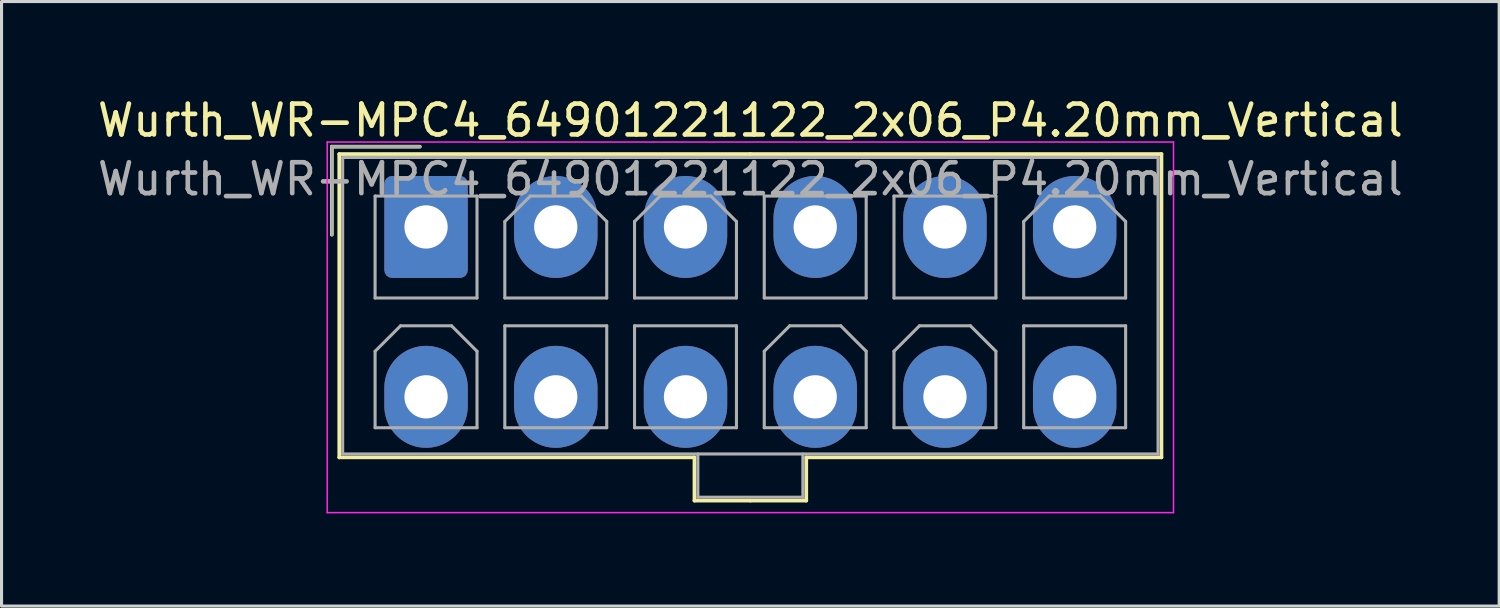
<source format=kicad_pcb>
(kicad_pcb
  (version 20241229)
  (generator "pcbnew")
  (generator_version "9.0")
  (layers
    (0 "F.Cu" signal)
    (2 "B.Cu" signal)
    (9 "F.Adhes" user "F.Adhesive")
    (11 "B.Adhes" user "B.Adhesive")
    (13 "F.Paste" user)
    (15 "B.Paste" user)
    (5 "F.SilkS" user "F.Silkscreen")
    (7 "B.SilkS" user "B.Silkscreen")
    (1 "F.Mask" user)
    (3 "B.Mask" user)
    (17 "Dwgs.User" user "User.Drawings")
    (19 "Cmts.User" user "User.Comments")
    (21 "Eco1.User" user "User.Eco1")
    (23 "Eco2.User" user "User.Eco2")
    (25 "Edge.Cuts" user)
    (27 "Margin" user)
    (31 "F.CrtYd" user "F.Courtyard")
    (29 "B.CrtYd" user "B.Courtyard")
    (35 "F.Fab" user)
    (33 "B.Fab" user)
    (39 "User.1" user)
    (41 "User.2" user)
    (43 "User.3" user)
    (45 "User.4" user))
  (footprint "Wurth_WR-MPC4_64901221122_2x06_P4.20mm_Vertical"
    (layer "F.Cu")
    (at 10.744 4.298)
    (property "Reference" "Wurth_WR-MPC4_64901221122_2x06_P4.20mm_Vertical" (at 10.5 -3.45 0) (layer "F.SilkS") (effects (font (size 1 1) (thickness 0.15))))
    (attr through_hole)
    (fp_line (start -3.05 -2.6) (end -3.05 0.25) (stroke (width 0.12) (type solid)) (layer "F.SilkS"))
    (fp_line (start -2.81 -2.36) (end -2.81 7.46) (stroke (width 0.12) (type solid)) (layer "F.SilkS"))
    (fp_line (start -2.81 7.46) (end 8.69 7.46) (stroke (width 0.12) (type solid)) (layer "F.SilkS"))
    (fp_line (start -0.2 -2.6) (end -3.05 -2.6) (stroke (width 0.12) (type solid)) (layer "F.SilkS"))
    (fp_line (start 8.69 7.46) (end 8.69 8.86) (stroke (width 0.12) (type solid)) (layer "F.SilkS"))
    (fp_line (start 8.69 8.86) (end 10.5 8.86) (stroke (width 0.12) (type solid)) (layer "F.SilkS"))
    (fp_line (start 10.5 -2.36) (end -2.81 -2.36) (stroke (width 0.12) (type solid)) (layer "F.SilkS"))
    (fp_line (start 10.5 -2.36) (end 23.81 -2.36) (stroke (width 0.12) (type solid)) (layer "F.SilkS"))
    (fp_line (start 12.31 7.46) (end 12.31 8.86) (stroke (width 0.12) (type solid)) (layer "F.SilkS"))
    (fp_line (start 12.31 8.86) (end 10.5 8.86) (stroke (width 0.12) (type solid)) (layer "F.SilkS"))
    (fp_line (start 23.81 -2.36) (end 23.81 7.46) (stroke (width 0.12) (type solid)) (layer "F.SilkS"))
    (fp_line (start 23.81 7.46) (end 12.31 7.46) (stroke (width 0.12) (type solid)) (layer "F.SilkS"))
    (fp_line (start -3.2 -2.75) (end -3.2 9.25) (stroke (width 0.05) (type solid)) (layer "F.CrtYd"))
    (fp_line (start -3.2 9.25) (end 24.2 9.25) (stroke (width 0.05) (type solid)) (layer "F.CrtYd"))
    (fp_line (start 24.2 -2.75) (end -3.2 -2.75) (stroke (width 0.05) (type solid)) (layer "F.CrtYd"))
    (fp_line (start 24.2 9.25) (end 24.2 -2.75) (stroke (width 0.05) (type solid)) (layer "F.CrtYd"))
    (fp_line (start -3.05 -2.6) (end -3.05 0.25) (stroke (width 0.1) (type solid)) (layer "F.Fab"))
    (fp_line (start -2.7 -2.25) (end -2.7 7.35) (stroke (width 0.1) (type solid)) (layer "F.Fab"))
    (fp_line (start -2.7 7.35) (end 23.7 7.35) (stroke (width 0.1) (type solid)) (layer "F.Fab"))
    (fp_line (start -1.65 -1) (end -1.65 2.3) (stroke (width 0.1) (type solid)) (layer "F.Fab"))
    (fp_line (start -1.65 2.3) (end 1.65 2.3) (stroke (width 0.1) (type solid)) (layer "F.Fab"))
    (fp_line (start -1.65 4.025) (end -0.825 3.2) (stroke (width 0.1) (type solid)) (layer "F.Fab"))
    (fp_line (start -1.65 6.5) (end -1.65 4.025) (stroke (width 0.1) (type solid)) (layer "F.Fab"))
    (fp_line (start -0.825 3.2) (end 0.825 3.2) (stroke (width 0.1) (type solid)) (layer "F.Fab"))
    (fp_line (start -0.2 -2.6) (end -3.05 -2.6) (stroke (width 0.1) (type solid)) (layer "F.Fab"))
    (fp_line (start 0.825 3.2) (end 1.65 4.025) (stroke (width 0.1) (type solid)) (layer "F.Fab"))
    (fp_line (start 1.65 -1) (end -1.65 -1) (stroke (width 0.1) (type solid)) (layer "F.Fab"))
    (fp_line (start 1.65 2.3) (end 1.65 -1) (stroke (width 0.1) (type solid)) (layer "F.Fab"))
    (fp_line (start 1.65 4.025) (end 1.65 6.5) (stroke (width 0.1) (type solid)) (layer "F.Fab"))
    (fp_line (start 1.65 6.5) (end -1.65 6.5) (stroke (width 0.1) (type solid)) (layer "F.Fab"))
    (fp_line (start 2.55 -0.175) (end 3.375 -1) (stroke (width 0.1) (type solid)) (layer "F.Fab"))
    (fp_line (start 2.55 2.3) (end 2.55 -0.175) (stroke (width 0.1) (type solid)) (layer "F.Fab"))
    (fp_line (start 2.55 3.2) (end 2.55 6.5) (stroke (width 0.1) (type solid)) (layer "F.Fab"))
    (fp_line (start 2.55 6.5) (end 5.85 6.5) (stroke (width 0.1) (type solid)) (layer "F.Fab"))
    (fp_line (start 3.375 -1) (end 5.025 -1) (stroke (width 0.1) (type solid)) (layer "F.Fab"))
    (fp_line (start 5.025 -1) (end 5.85 -0.175) (stroke (width 0.1) (type solid)) (layer "F.Fab"))
    (fp_line (start 5.85 -0.175) (end 5.85 2.3) (stroke (width 0.1) (type solid)) (layer "F.Fab"))
    (fp_line (start 5.85 2.3) (end 2.55 2.3) (stroke (width 0.1) (type solid)) (layer "F.Fab"))
    (fp_line (start 5.85 3.2) (end 2.55 3.2) (stroke (width 0.1) (type solid)) (layer "F.Fab"))
    (fp_line (start 5.85 6.5) (end 5.85 3.2) (stroke (width 0.1) (type solid)) (layer "F.Fab"))
    (fp_line (start 6.75 -0.175) (end 7.575 -1) (stroke (width 0.1) (type solid)) (layer "F.Fab"))
    (fp_line (start 6.75 2.3) (end 6.75 -0.175) (stroke (width 0.1) (type solid)) (layer "F.Fab"))
    (fp_line (start 6.75 3.2) (end 6.75 6.5) (stroke (width 0.1) (type solid)) (layer "F.Fab"))
    (fp_line (start 6.75 6.5) (end 10.05 6.5) (stroke (width 0.1) (type solid)) (layer "F.Fab"))
    (fp_line (start 7.575 -1) (end 9.225 -1) (stroke (width 0.1) (type solid)) (layer "F.Fab"))
    (fp_line (start 8.8 7.35) (end 8.8 8.75) (stroke (width 0.1) (type solid)) (layer "F.Fab"))
    (fp_line (start 8.8 8.75) (end 12.2 8.75) (stroke (width 0.1) (type solid)) (layer "F.Fab"))
    (fp_line (start 9.225 -1) (end 10.05 -0.175) (stroke (width 0.1) (type solid)) (layer "F.Fab"))
    (fp_line (start 10.05 -0.175) (end 10.05 2.3) (stroke (width 0.1) (type solid)) (layer "F.Fab"))
    (fp_line (start 10.05 2.3) (end 6.75 2.3) (stroke (width 0.1) (type solid)) (layer "F.Fab"))
    (fp_line (start 10.05 3.2) (end 6.75 3.2) (stroke (width 0.1) (type solid)) (layer "F.Fab"))
    (fp_line (start 10.05 6.5) (end 10.05 3.2) (stroke (width 0.1) (type solid)) (layer "F.Fab"))
    (fp_line (start 10.95 -1) (end 10.95 2.3) (stroke (width 0.1) (type solid)) (layer "F.Fab"))
    (fp_line (start 10.95 2.3) (end 14.25 2.3) (stroke (width 0.1) (type solid)) (layer "F.Fab"))
    (fp_line (start 10.95 4.025) (end 11.775 3.2) (stroke (width 0.1) (type solid)) (layer "F.Fab"))
    (fp_line (start 10.95 6.5) (end 10.95 4.025) (stroke (width 0.1) (type solid)) (layer "F.Fab"))
    (fp_line (start 11.775 3.2) (end 13.425 3.2) (stroke (width 0.1) (type solid)) (layer "F.Fab"))
    (fp_line (start 12.2 8.75) (end 12.2 7.35) (stroke (width 0.1) (type solid)) (layer "F.Fab"))
    (fp_line (start 13.425 3.2) (end 14.25 4.025) (stroke (width 0.1) (type solid)) (layer "F.Fab"))
    (fp_line (start 14.25 -1) (end 10.95 -1) (stroke (width 0.1) (type solid)) (layer "F.Fab"))
    (fp_line (start 14.25 2.3) (end 14.25 -1) (stroke (width 0.1) (type solid)) (layer "F.Fab"))
    (fp_line (start 14.25 4.025) (end 14.25 6.5) (stroke (width 0.1) (type solid)) (layer "F.Fab"))
    (fp_line (start 14.25 6.5) (end 10.95 6.5) (stroke (width 0.1) (type solid)) (layer "F.Fab"))
    (fp_line (start 15.15 -1) (end 15.15 2.3) (stroke (width 0.1) (type solid)) (layer "F.Fab"))
    (fp_line (start 15.15 2.3) (end 18.45 2.3) (stroke (width 0.1) (type solid)) (layer "F.Fab"))
    (fp_line (start 15.15 4.025) (end 15.975 3.2) (stroke (width 0.1) (type solid)) (layer "F.Fab"))
    (fp_line (start 15.15 6.5) (end 15.15 4.025) (stroke (width 0.1) (type solid)) (layer "F.Fab"))
    (fp_line (start 15.975 3.2) (end 17.625 3.2) (stroke (width 0.1) (type solid)) (layer "F.Fab"))
    (fp_line (start 17.625 3.2) (end 18.45 4.025) (stroke (width 0.1) (type solid)) (layer "F.Fab"))
    (fp_line (start 18.45 -1) (end 15.15 -1) (stroke (width 0.1) (type solid)) (layer "F.Fab"))
    (fp_line (start 18.45 2.3) (end 18.45 -1) (stroke (width 0.1) (type solid)) (layer "F.Fab"))
    (fp_line (start 18.45 4.025) (end 18.45 6.5) (stroke (width 0.1) (type solid)) (layer "F.Fab"))
    (fp_line (start 18.45 6.5) (end 15.15 6.5) (stroke (width 0.1) (type solid)) (layer "F.Fab"))
    (fp_line (start 19.35 -0.175) (end 20.175 -1) (stroke (width 0.1) (type solid)) (layer "F.Fab"))
    (fp_line (start 19.35 2.3) (end 19.35 -0.175) (stroke (width 0.1) (type solid)) (layer "F.Fab"))
    (fp_line (start 19.35 3.2) (end 19.35 6.5) (stroke (width 0.1) (type solid)) (layer "F.Fab"))
    (fp_line (start 19.35 6.5) (end 22.65 6.5) (stroke (width 0.1) (type solid)) (layer "F.Fab"))
    (fp_line (start 20.175 -1) (end 21.825 -1) (stroke (width 0.1) (type solid)) (layer "F.Fab"))
    (fp_line (start 21.825 -1) (end 22.65 -0.175) (stroke (width 0.1) (type solid)) (layer "F.Fab"))
    (fp_line (start 22.65 -0.175) (end 22.65 2.3) (stroke (width 0.1) (type solid)) (layer "F.Fab"))
    (fp_line (start 22.65 2.3) (end 19.35 2.3) (stroke (width 0.1) (type solid)) (layer "F.Fab"))
    (fp_line (start 22.65 3.2) (end 19.35 3.2) (stroke (width 0.1) (type solid)) (layer "F.Fab"))
    (fp_line (start 22.65 6.5) (end 22.65 3.2) (stroke (width 0.1) (type solid)) (layer "F.Fab"))
    (fp_line (start 23.7 -2.25) (end -2.7 -2.25) (stroke (width 0.1) (type solid)) (layer "F.Fab"))
    (fp_line (start 23.7 7.35) (end 23.7 -2.25) (stroke (width 0.1) (type solid)) (layer "F.Fab"))
    (fp_text user "${REFERENCE}" (at 10.5 -1.55 0) (layer "F.Fab") (effects (font (size 1 1) (thickness 0.15))))
    (pad "1" thru_hole roundrect (at 0 0) (size 2.7 3.3) (drill 1.4) (layers "*.Cu" "*.Mask") (roundrect_rratio 0.093))
    (pad "2" thru_hole oval (at 4.2 0) (size 2.7 3.3) (drill 1.4) (layers "*.Cu" "*.Mask"))
    (pad "3" thru_hole oval (at 8.4 0) (size 2.7 3.3) (drill 1.4) (layers "*.Cu" "*.Mask"))
    (pad "4" thru_hole oval (at 12.6 0) (size 2.7 3.3) (drill 1.4) (layers "*.Cu" "*.Mask"))
    (pad "5" thru_hole oval (at 16.8 0) (size 2.7 3.3) (drill 1.4) (layers "*.Cu" "*.Mask"))
    (pad "6" thru_hole oval (at 21 0) (size 2.7 3.3) (drill 1.4) (layers "*.Cu" "*.Mask"))
    (pad "7" thru_hole oval (at 0 5.5) (size 2.7 3.3) (drill 1.4) (layers "*.Cu" "*.Mask"))
    (pad "8" thru_hole oval (at 4.2 5.5) (size 2.7 3.3) (drill 1.4) (layers "*.Cu" "*.Mask"))
    (pad "9" thru_hole oval (at 8.4 5.5) (size 2.7 3.3) (drill 1.4) (layers "*.Cu" "*.Mask"))
    (pad "10" thru_hole oval (at 12.6 5.5) (size 2.7 3.3) (drill 1.4) (layers "*.Cu" "*.Mask"))
    (pad "11" thru_hole oval (at 16.8 5.5) (size 2.7 3.3) (drill 1.4) (layers "*.Cu" "*.Mask"))
    (pad "12" thru_hole oval (at 21 5.5) (size 2.7 3.3) (drill 1.4) (layers "*.Cu" "*.Mask")))
  (gr_rect
    (start -3 -3)
    (end 45.488 16.573)
    (stroke (width 0.1) (type default))
    (fill no)
    (layer "Edge.Cuts")))
</source>
